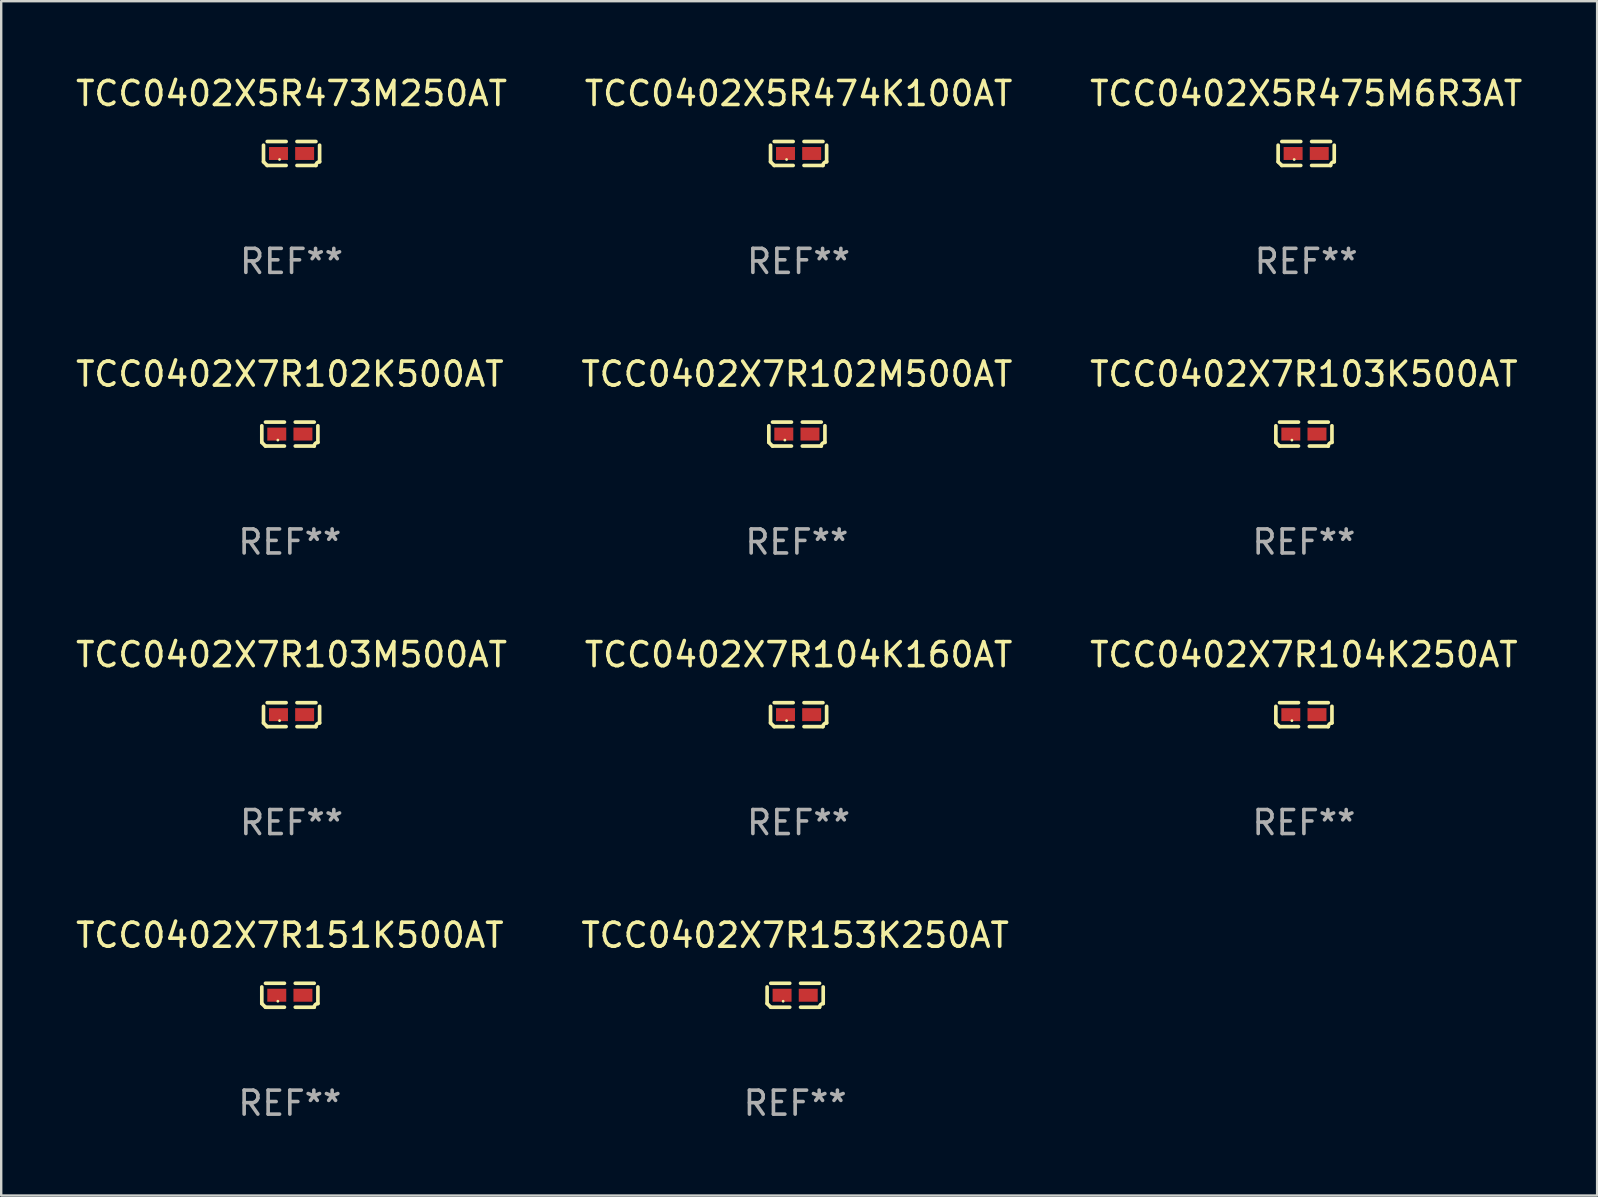
<source format=kicad_pcb>
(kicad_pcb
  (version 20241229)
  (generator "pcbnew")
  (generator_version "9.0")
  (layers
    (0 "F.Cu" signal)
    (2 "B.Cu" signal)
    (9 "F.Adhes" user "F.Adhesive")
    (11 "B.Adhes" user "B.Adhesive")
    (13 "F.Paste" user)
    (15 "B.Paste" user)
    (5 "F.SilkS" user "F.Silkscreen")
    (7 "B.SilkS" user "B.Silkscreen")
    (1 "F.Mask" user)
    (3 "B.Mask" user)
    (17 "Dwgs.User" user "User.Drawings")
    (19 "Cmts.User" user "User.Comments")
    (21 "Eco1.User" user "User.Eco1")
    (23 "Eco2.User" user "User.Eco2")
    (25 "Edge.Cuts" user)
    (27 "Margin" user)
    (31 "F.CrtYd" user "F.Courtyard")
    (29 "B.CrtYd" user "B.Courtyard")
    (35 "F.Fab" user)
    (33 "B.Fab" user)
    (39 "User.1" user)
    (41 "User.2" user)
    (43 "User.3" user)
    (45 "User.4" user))
  (footprint "TCC0402X7R103M500AT"
    (layer "F.Cu")
    (at 9.101 26.734)
    (property "Reference" "TCC0402X7R103M500AT" (at 0 -2.499 0) (layer "F.SilkS") (effects (font (size 1 1) (thickness 0.15))))
    (attr through_hole)
    (fp_line (start -1.169 0.346) (end -1.169 -0.346) (stroke (width 0.152) (type solid)) (layer "F.SilkS"))
    (fp_line (start -1.016 -0.499) (end -0.226 -0.499) (stroke (width 0.152) (type solid)) (layer "F.SilkS"))
    (fp_line (start -0.226 0.499) (end -1.016 0.499) (stroke (width 0.152) (type solid)) (layer "F.SilkS"))
    (fp_line (start 0.226 0.499) (end 1.016 0.499) (stroke (width 0.152) (type solid)) (layer "F.SilkS"))
    (fp_line (start 1.016 -0.499) (end 0.226 -0.499) (stroke (width 0.152) (type solid)) (layer "F.SilkS"))
    (fp_line (start 1.169 0.346) (end 1.169 -0.346) (stroke (width 0.152) (type solid)) (layer "F.SilkS"))
    (fp_arc (start -1.016307 0.498603) (mid -1.092512 0.422405) (end -1.16871 0.3462) (stroke (width 0.1524) (type solid)) (layer "F.SilkS"))
    (fp_arc (start 1.016307 0.498603) (mid 1.060899 0.390758) (end 1.168707 0.346076) (stroke (width 0.1524) (type solid)) (layer "F.SilkS"))
    (fp_circle (center -0.5 0.25) (end -0.47 0.25) (stroke (width 0.06) (type solid)) (fill no) (layer "F.SilkS"))
    (fp_text user "REF**" (at 0 4.499 0) (layer "F.Fab") (effects (font (size 1 1) (thickness 0.15))))
    (pad "1" smd rect (at -0.545 0) (size 0.79 0.54) (layers "F.Cu" "F.Mask" "F.Paste"))
    (pad "2" smd rect (at 0.545 0) (size 0.79 0.54) (layers "F.Cu" "F.Mask" "F.Paste")))
  (footprint "TCC0402X7R103K500AT"
    (layer "F.Cu")
    (at 51.292 15.041)
    (property "Reference" "TCC0402X7R103K500AT" (at 0 -2.499 0) (layer "F.SilkS") (effects (font (size 1 1) (thickness 0.15))))
    (attr through_hole)
    (fp_line (start -1.169 0.346) (end -1.169 -0.346) (stroke (width 0.152) (type solid)) (layer "F.SilkS"))
    (fp_line (start -1.016 -0.499) (end -0.226 -0.499) (stroke (width 0.152) (type solid)) (layer "F.SilkS"))
    (fp_line (start -0.226 0.499) (end -1.016 0.499) (stroke (width 0.152) (type solid)) (layer "F.SilkS"))
    (fp_line (start 0.226 0.499) (end 1.016 0.499) (stroke (width 0.152) (type solid)) (layer "F.SilkS"))
    (fp_line (start 1.016 -0.499) (end 0.226 -0.499) (stroke (width 0.152) (type solid)) (layer "F.SilkS"))
    (fp_line (start 1.169 0.346) (end 1.169 -0.346) (stroke (width 0.152) (type solid)) (layer "F.SilkS"))
    (fp_arc (start -1.016307 0.498603) (mid -1.092512 0.422405) (end -1.16871 0.3462) (stroke (width 0.1524) (type solid)) (layer "F.SilkS"))
    (fp_arc (start 1.016307 0.498603) (mid 1.060899 0.390758) (end 1.168707 0.346076) (stroke (width 0.1524) (type solid)) (layer "F.SilkS"))
    (fp_circle (center -0.5 0.25) (end -0.47 0.25) (stroke (width 0.06) (type solid)) (fill no) (layer "F.SilkS"))
    (fp_text user "REF**" (at 0 4.499 0) (layer "F.Fab") (effects (font (size 1 1) (thickness 0.15))))
    (pad "1" smd rect (at -0.545 0) (size 0.79 0.54) (layers "F.Cu" "F.Mask" "F.Paste"))
    (pad "2" smd rect (at 0.545 0) (size 0.79 0.54) (layers "F.Cu" "F.Mask" "F.Paste")))
  (footprint "TCC0402X5R475M6R3AT"
    (layer "F.Cu")
    (at 51.387 3.347)
    (property "Reference" "TCC0402X5R475M6R3AT" (at 0 -2.499 0) (layer "F.SilkS") (effects (font (size 1 1) (thickness 0.15))))
    (attr through_hole)
    (fp_line (start -1.169 0.346) (end -1.169 -0.346) (stroke (width 0.152) (type solid)) (layer "F.SilkS"))
    (fp_line (start -1.016 -0.499) (end -0.226 -0.499) (stroke (width 0.152) (type solid)) (layer "F.SilkS"))
    (fp_line (start -0.226 0.499) (end -1.016 0.499) (stroke (width 0.152) (type solid)) (layer "F.SilkS"))
    (fp_line (start 0.226 0.499) (end 1.016 0.499) (stroke (width 0.152) (type solid)) (layer "F.SilkS"))
    (fp_line (start 1.016 -0.499) (end 0.226 -0.499) (stroke (width 0.152) (type solid)) (layer "F.SilkS"))
    (fp_line (start 1.169 0.346) (end 1.169 -0.346) (stroke (width 0.152) (type solid)) (layer "F.SilkS"))
    (fp_arc (start -1.016307 0.498603) (mid -1.092512 0.422405) (end -1.16871 0.3462) (stroke (width 0.1524) (type solid)) (layer "F.SilkS"))
    (fp_arc (start 1.016307 0.498603) (mid 1.060899 0.390758) (end 1.168707 0.346076) (stroke (width 0.1524) (type solid)) (layer "F.SilkS"))
    (fp_circle (center -0.5 0.25) (end -0.47 0.25) (stroke (width 0.06) (type solid)) (fill no) (layer "F.SilkS"))
    (fp_text user "REF**" (at 0 4.499 0) (layer "F.Fab") (effects (font (size 1 1) (thickness 0.15))))
    (pad "1" smd rect (at -0.545 0) (size 0.79 0.54) (layers "F.Cu" "F.Mask" "F.Paste"))
    (pad "2" smd rect (at 0.545 0) (size 0.79 0.54) (layers "F.Cu" "F.Mask" "F.Paste")))
  (footprint "TCC0402X7R102K500AT"
    (layer "F.Cu")
    (at 9.03 15.041)
    (property "Reference" "TCC0402X7R102K500AT" (at 0 -2.499 0) (layer "F.SilkS") (effects (font (size 1 1) (thickness 0.15))))
    (attr through_hole)
    (fp_line (start -1.169 0.346) (end -1.169 -0.346) (stroke (width 0.152) (type solid)) (layer "F.SilkS"))
    (fp_line (start -1.016 -0.499) (end -0.226 -0.499) (stroke (width 0.152) (type solid)) (layer "F.SilkS"))
    (fp_line (start -0.226 0.499) (end -1.016 0.499) (stroke (width 0.152) (type solid)) (layer "F.SilkS"))
    (fp_line (start 0.226 0.499) (end 1.016 0.499) (stroke (width 0.152) (type solid)) (layer "F.SilkS"))
    (fp_line (start 1.016 -0.499) (end 0.226 -0.499) (stroke (width 0.152) (type solid)) (layer "F.SilkS"))
    (fp_line (start 1.169 0.346) (end 1.169 -0.346) (stroke (width 0.152) (type solid)) (layer "F.SilkS"))
    (fp_arc (start -1.016307 0.498603) (mid -1.092512 0.422405) (end -1.16871 0.3462) (stroke (width 0.1524) (type solid)) (layer "F.SilkS"))
    (fp_arc (start 1.016307 0.498603) (mid 1.060899 0.390758) (end 1.168707 0.346076) (stroke (width 0.1524) (type solid)) (layer "F.SilkS"))
    (fp_circle (center -0.5 0.25) (end -0.47 0.25) (stroke (width 0.06) (type solid)) (fill no) (layer "F.SilkS"))
    (fp_text user "REF**" (at 0 4.499 0) (layer "F.Fab") (effects (font (size 1 1) (thickness 0.15))))
    (pad "1" smd rect (at -0.545 0) (size 0.79 0.54) (layers "F.Cu" "F.Mask" "F.Paste"))
    (pad "2" smd rect (at 0.545 0) (size 0.79 0.54) (layers "F.Cu" "F.Mask" "F.Paste")))
  (footprint "TCC0402X7R102M500AT"
    (layer "F.Cu")
    (at 30.161 15.041)
    (property "Reference" "TCC0402X7R102M500AT" (at 0 -2.499 0) (layer "F.SilkS") (effects (font (size 1 1) (thickness 0.15))))
    (attr through_hole)
    (fp_line (start -1.169 0.346) (end -1.169 -0.346) (stroke (width 0.152) (type solid)) (layer "F.SilkS"))
    (fp_line (start -1.016 -0.499) (end -0.226 -0.499) (stroke (width 0.152) (type solid)) (layer "F.SilkS"))
    (fp_line (start -0.226 0.499) (end -1.016 0.499) (stroke (width 0.152) (type solid)) (layer "F.SilkS"))
    (fp_line (start 0.226 0.499) (end 1.016 0.499) (stroke (width 0.152) (type solid)) (layer "F.SilkS"))
    (fp_line (start 1.016 -0.499) (end 0.226 -0.499) (stroke (width 0.152) (type solid)) (layer "F.SilkS"))
    (fp_line (start 1.169 0.346) (end 1.169 -0.346) (stroke (width 0.152) (type solid)) (layer "F.SilkS"))
    (fp_arc (start -1.016307 0.498603) (mid -1.092512 0.422405) (end -1.16871 0.3462) (stroke (width 0.1524) (type solid)) (layer "F.SilkS"))
    (fp_arc (start 1.016307 0.498603) (mid 1.060899 0.390758) (end 1.168707 0.346076) (stroke (width 0.1524) (type solid)) (layer "F.SilkS"))
    (fp_circle (center -0.5 0.25) (end -0.47 0.25) (stroke (width 0.06) (type solid)) (fill no) (layer "F.SilkS"))
    (fp_text user "REF**" (at 0 4.499 0) (layer "F.Fab") (effects (font (size 1 1) (thickness 0.15))))
    (pad "1" smd rect (at -0.545 0) (size 0.79 0.54) (layers "F.Cu" "F.Mask" "F.Paste"))
    (pad "2" smd rect (at 0.545 0) (size 0.79 0.54) (layers "F.Cu" "F.Mask" "F.Paste")))
  (footprint "TCC0402X7R104K160AT"
    (layer "F.Cu")
    (at 30.232 26.734)
    (property "Reference" "TCC0402X7R104K160AT" (at 0 -2.499 0) (layer "F.SilkS") (effects (font (size 1 1) (thickness 0.15))))
    (attr through_hole)
    (fp_line (start -1.169 0.346) (end -1.169 -0.346) (stroke (width 0.152) (type solid)) (layer "F.SilkS"))
    (fp_line (start -1.016 -0.499) (end -0.226 -0.499) (stroke (width 0.152) (type solid)) (layer "F.SilkS"))
    (fp_line (start -0.226 0.499) (end -1.016 0.499) (stroke (width 0.152) (type solid)) (layer "F.SilkS"))
    (fp_line (start 0.226 0.499) (end 1.016 0.499) (stroke (width 0.152) (type solid)) (layer "F.SilkS"))
    (fp_line (start 1.016 -0.499) (end 0.226 -0.499) (stroke (width 0.152) (type solid)) (layer "F.SilkS"))
    (fp_line (start 1.169 0.346) (end 1.169 -0.346) (stroke (width 0.152) (type solid)) (layer "F.SilkS"))
    (fp_arc (start -1.016307 0.498603) (mid -1.092512 0.422405) (end -1.16871 0.3462) (stroke (width 0.1524) (type solid)) (layer "F.SilkS"))
    (fp_arc (start 1.016307 0.498603) (mid 1.060899 0.390758) (end 1.168707 0.346076) (stroke (width 0.1524) (type solid)) (layer "F.SilkS"))
    (fp_circle (center -0.5 0.25) (end -0.47 0.25) (stroke (width 0.06) (type solid)) (fill no) (layer "F.SilkS"))
    (fp_text user "REF**" (at 0 4.499 0) (layer "F.Fab") (effects (font (size 1 1) (thickness 0.15))))
    (pad "1" smd rect (at -0.545 0) (size 0.79 0.54) (layers "F.Cu" "F.Mask" "F.Paste"))
    (pad "2" smd rect (at 0.545 0) (size 0.79 0.54) (layers "F.Cu" "F.Mask" "F.Paste")))
  (footprint "TCC0402X7R153K250AT"
    (layer "F.Cu")
    (at 30.089 38.428)
    (property "Reference" "TCC0402X7R153K250AT" (at 0 -2.499 0) (layer "F.SilkS") (effects (font (size 1 1) (thickness 0.15))))
    (attr through_hole)
    (fp_line (start -1.169 0.346) (end -1.169 -0.346) (stroke (width 0.152) (type solid)) (layer "F.SilkS"))
    (fp_line (start -1.016 -0.499) (end -0.226 -0.499) (stroke (width 0.152) (type solid)) (layer "F.SilkS"))
    (fp_line (start -0.226 0.499) (end -1.016 0.499) (stroke (width 0.152) (type solid)) (layer "F.SilkS"))
    (fp_line (start 0.226 0.499) (end 1.016 0.499) (stroke (width 0.152) (type solid)) (layer "F.SilkS"))
    (fp_line (start 1.016 -0.499) (end 0.226 -0.499) (stroke (width 0.152) (type solid)) (layer "F.SilkS"))
    (fp_line (start 1.169 0.346) (end 1.169 -0.346) (stroke (width 0.152) (type solid)) (layer "F.SilkS"))
    (fp_arc (start -1.016307 0.498603) (mid -1.092512 0.422405) (end -1.16871 0.3462) (stroke (width 0.1524) (type solid)) (layer "F.SilkS"))
    (fp_arc (start 1.016307 0.498603) (mid 1.060899 0.390758) (end 1.168707 0.346076) (stroke (width 0.1524) (type solid)) (layer "F.SilkS"))
    (fp_circle (center -0.5 0.25) (end -0.47 0.25) (stroke (width 0.06) (type solid)) (fill no) (layer "F.SilkS"))
    (fp_text user "REF**" (at 0 4.499 0) (layer "F.Fab") (effects (font (size 1 1) (thickness 0.15))))
    (pad "1" smd rect (at -0.545 0) (size 0.79 0.54) (layers "F.Cu" "F.Mask" "F.Paste"))
    (pad "2" smd rect (at 0.545 0) (size 0.79 0.54) (layers "F.Cu" "F.Mask" "F.Paste")))
  (footprint "TCC0402X5R473M250AT"
    (layer "F.Cu")
    (at 9.101 3.347)
    (property "Reference" "TCC0402X5R473M250AT" (at 0 -2.499 0) (layer "F.SilkS") (effects (font (size 1 1) (thickness 0.15))))
    (attr through_hole)
    (fp_line (start -1.169 0.346) (end -1.169 -0.346) (stroke (width 0.152) (type solid)) (layer "F.SilkS"))
    (fp_line (start -1.016 -0.499) (end -0.226 -0.499) (stroke (width 0.152) (type solid)) (layer "F.SilkS"))
    (fp_line (start -0.226 0.499) (end -1.016 0.499) (stroke (width 0.152) (type solid)) (layer "F.SilkS"))
    (fp_line (start 0.226 0.499) (end 1.016 0.499) (stroke (width 0.152) (type solid)) (layer "F.SilkS"))
    (fp_line (start 1.016 -0.499) (end 0.226 -0.499) (stroke (width 0.152) (type solid)) (layer "F.SilkS"))
    (fp_line (start 1.169 0.346) (end 1.169 -0.346) (stroke (width 0.152) (type solid)) (layer "F.SilkS"))
    (fp_arc (start -1.016307 0.498603) (mid -1.092512 0.422405) (end -1.16871 0.3462) (stroke (width 0.1524) (type solid)) (layer "F.SilkS"))
    (fp_arc (start 1.016307 0.498603) (mid 1.060899 0.390758) (end 1.168707 0.346076) (stroke (width 0.1524) (type solid)) (layer "F.SilkS"))
    (fp_circle (center -0.5 0.25) (end -0.47 0.25) (stroke (width 0.06) (type solid)) (fill no) (layer "F.SilkS"))
    (fp_text user "REF**" (at 0 4.499 0) (layer "F.Fab") (effects (font (size 1 1) (thickness 0.15))))
    (pad "1" smd rect (at -0.545 0) (size 0.79 0.54) (layers "F.Cu" "F.Mask" "F.Paste"))
    (pad "2" smd rect (at 0.545 0) (size 0.79 0.54) (layers "F.Cu" "F.Mask" "F.Paste")))
  (footprint "TCC0402X7R104K250AT"
    (layer "F.Cu")
    (at 51.292 26.734)
    (property "Reference" "TCC0402X7R104K250AT" (at 0 -2.499 0) (layer "F.SilkS") (effects (font (size 1 1) (thickness 0.15))))
    (attr through_hole)
    (fp_line (start -1.169 0.346) (end -1.169 -0.346) (stroke (width 0.152) (type solid)) (layer "F.SilkS"))
    (fp_line (start -1.016 -0.499) (end -0.226 -0.499) (stroke (width 0.152) (type solid)) (layer "F.SilkS"))
    (fp_line (start -0.226 0.499) (end -1.016 0.499) (stroke (width 0.152) (type solid)) (layer "F.SilkS"))
    (fp_line (start 0.226 0.499) (end 1.016 0.499) (stroke (width 0.152) (type solid)) (layer "F.SilkS"))
    (fp_line (start 1.016 -0.499) (end 0.226 -0.499) (stroke (width 0.152) (type solid)) (layer "F.SilkS"))
    (fp_line (start 1.169 0.346) (end 1.169 -0.346) (stroke (width 0.152) (type solid)) (layer "F.SilkS"))
    (fp_arc (start -1.016307 0.498603) (mid -1.092512 0.422405) (end -1.16871 0.3462) (stroke (width 0.1524) (type solid)) (layer "F.SilkS"))
    (fp_arc (start 1.016307 0.498603) (mid 1.060899 0.390758) (end 1.168707 0.346076) (stroke (width 0.1524) (type solid)) (layer "F.SilkS"))
    (fp_circle (center -0.5 0.25) (end -0.47 0.25) (stroke (width 0.06) (type solid)) (fill no) (layer "F.SilkS"))
    (fp_text user "REF**" (at 0 4.499 0) (layer "F.Fab") (effects (font (size 1 1) (thickness 0.15))))
    (pad "1" smd rect (at -0.545 0) (size 0.79 0.54) (layers "F.Cu" "F.Mask" "F.Paste"))
    (pad "2" smd rect (at 0.545 0) (size 0.79 0.54) (layers "F.Cu" "F.Mask" "F.Paste")))
  (footprint "TCC0402X5R474K100AT"
    (layer "F.Cu")
    (at 30.232 3.347)
    (property "Reference" "TCC0402X5R474K100AT" (at 0 -2.499 0) (layer "F.SilkS") (effects (font (size 1 1) (thickness 0.15))))
    (attr through_hole)
    (fp_line (start -1.169 0.346) (end -1.169 -0.346) (stroke (width 0.152) (type solid)) (layer "F.SilkS"))
    (fp_line (start -1.016 -0.499) (end -0.226 -0.499) (stroke (width 0.152) (type solid)) (layer "F.SilkS"))
    (fp_line (start -0.226 0.499) (end -1.016 0.499) (stroke (width 0.152) (type solid)) (layer "F.SilkS"))
    (fp_line (start 0.226 0.499) (end 1.016 0.499) (stroke (width 0.152) (type solid)) (layer "F.SilkS"))
    (fp_line (start 1.016 -0.499) (end 0.226 -0.499) (stroke (width 0.152) (type solid)) (layer "F.SilkS"))
    (fp_line (start 1.169 0.346) (end 1.169 -0.346) (stroke (width 0.152) (type solid)) (layer "F.SilkS"))
    (fp_arc (start -1.016307 0.498603) (mid -1.092512 0.422405) (end -1.16871 0.3462) (stroke (width 0.1524) (type solid)) (layer "F.SilkS"))
    (fp_arc (start 1.016307 0.498603) (mid 1.060899 0.390758) (end 1.168707 0.346076) (stroke (width 0.1524) (type solid)) (layer "F.SilkS"))
    (fp_circle (center -0.5 0.25) (end -0.47 0.25) (stroke (width 0.06) (type solid)) (fill no) (layer "F.SilkS"))
    (fp_text user "REF**" (at 0 4.499 0) (layer "F.Fab") (effects (font (size 1 1) (thickness 0.15))))
    (pad "1" smd rect (at -0.545 0) (size 0.79 0.54) (layers "F.Cu" "F.Mask" "F.Paste"))
    (pad "2" smd rect (at 0.545 0) (size 0.79 0.54) (layers "F.Cu" "F.Mask" "F.Paste")))
  (footprint "TCC0402X7R151K500AT"
    (layer "F.Cu")
    (at 9.03 38.428)
    (property "Reference" "TCC0402X7R151K500AT" (at 0 -2.499 0) (layer "F.SilkS") (effects (font (size 1 1) (thickness 0.15))))
    (attr through_hole)
    (fp_line (start -1.169 0.346) (end -1.169 -0.346) (stroke (width 0.152) (type solid)) (layer "F.SilkS"))
    (fp_line (start -1.016 -0.499) (end -0.226 -0.499) (stroke (width 0.152) (type solid)) (layer "F.SilkS"))
    (fp_line (start -0.226 0.499) (end -1.016 0.499) (stroke (width 0.152) (type solid)) (layer "F.SilkS"))
    (fp_line (start 0.226 0.499) (end 1.016 0.499) (stroke (width 0.152) (type solid)) (layer "F.SilkS"))
    (fp_line (start 1.016 -0.499) (end 0.226 -0.499) (stroke (width 0.152) (type solid)) (layer "F.SilkS"))
    (fp_line (start 1.169 0.346) (end 1.169 -0.346) (stroke (width 0.152) (type solid)) (layer "F.SilkS"))
    (fp_arc (start -1.016307 0.498603) (mid -1.092512 0.422405) (end -1.16871 0.3462) (stroke (width 0.1524) (type solid)) (layer "F.SilkS"))
    (fp_arc (start 1.016307 0.498603) (mid 1.060899 0.390758) (end 1.168707 0.346076) (stroke (width 0.1524) (type solid)) (layer "F.SilkS"))
    (fp_circle (center -0.5 0.25) (end -0.47 0.25) (stroke (width 0.06) (type solid)) (fill no) (layer "F.SilkS"))
    (fp_text user "REF**" (at 0 4.499 0) (layer "F.Fab") (effects (font (size 1 1) (thickness 0.15))))
    (pad "1" smd rect (at -0.545 0) (size 0.79 0.54) (layers "F.Cu" "F.Mask" "F.Paste"))
    (pad "2" smd rect (at 0.545 0) (size 0.79 0.54) (layers "F.Cu" "F.Mask" "F.Paste")))
  (gr_rect
    (start -3 -3)
    (end 63.512 46.775)
    (stroke (width 0.1) (type default))
    (fill no)
    (layer "Edge.Cuts")))
</source>
